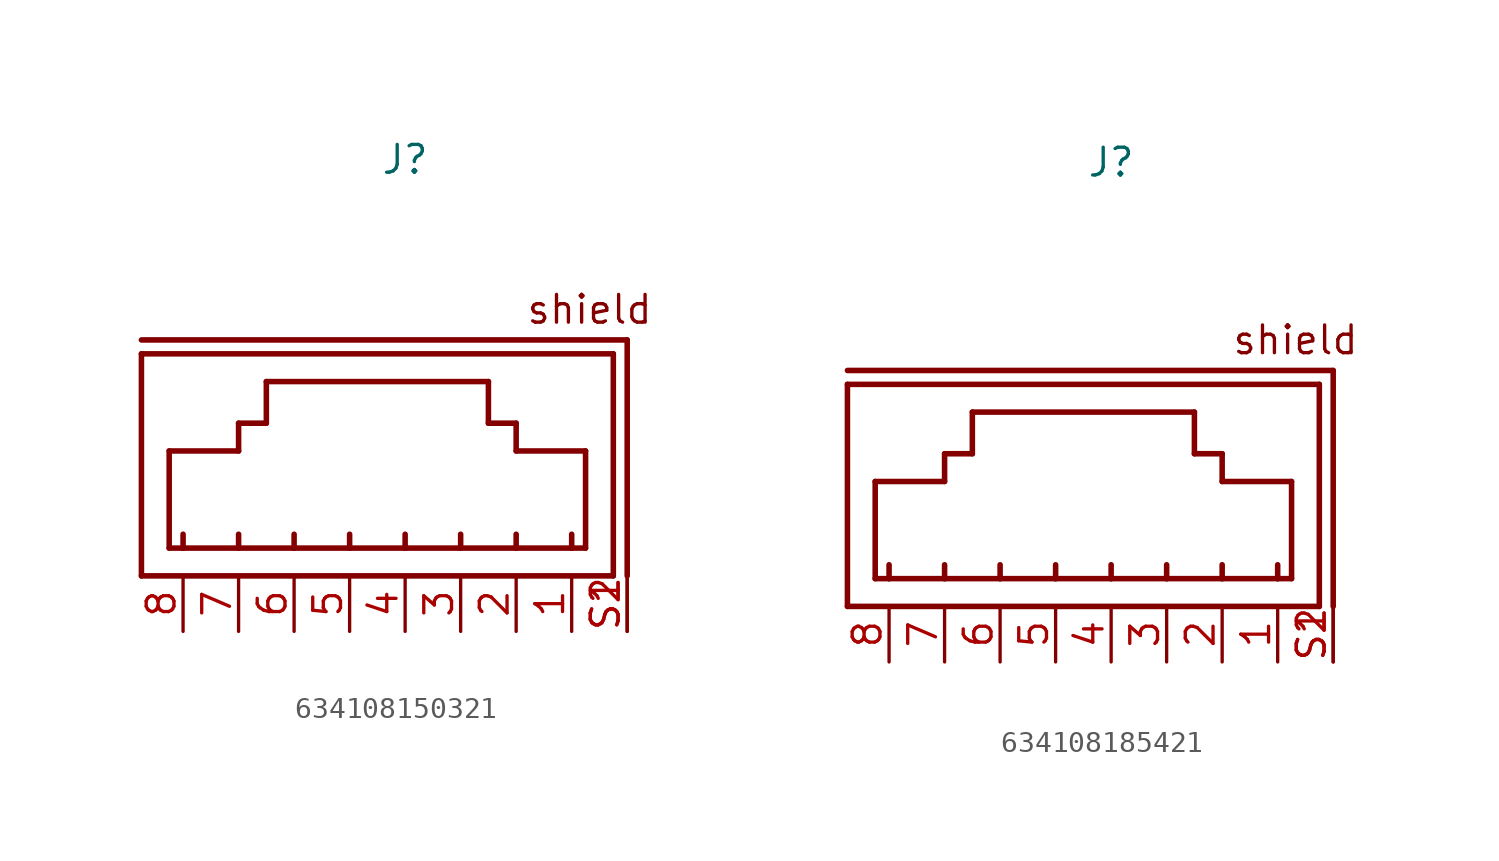
<source format=kicad_sym>
(kicad_symbol_lib
  (version 20241209)
  (generator "kicad_symbol_editor")
  (generator_version "9.0")
  (symbol "634108150321"
    (pin_names
      (hide yes))
    (property "Reference" "J"
      (at 0 13.97 0)
      (effects (font (size 1.27 1.27))))
    (symbol "634108150321_1_0"
      (polyline (pts (xy -12.065 5.715) (xy 10.16 5.715)) (stroke (width 0.254) (type solid)) (fill (type none)))
      (polyline (pts (xy -12.065 5.08) (xy 9.525 5.08)) (stroke (width 0.254) (type solid)) (fill (type none)))
      (polyline (pts (xy -12.065 -5.08) (xy -12.065 5.08)) (stroke (width 0.254) (type solid)) (fill (type none)))
      (polyline (pts (xy -10.795 0.635) (xy -7.62 0.635)) (stroke (width 0.254) (type solid)) (fill (type none)))
      (polyline (pts (xy -10.795 -3.81) (xy -10.795 0.635)) (stroke (width 0.254) (type solid)) (fill (type none)))
      (polyline (pts (xy -10.16 -3.81) (xy -10.795 -3.81)) (stroke (width 0.254) (type solid)) (fill (type none)))
      (polyline (pts (xy -10.16 -3.81) (xy -10.16 -3.175)) (stroke (width 0.254) (type solid)) (fill (type none)))
      (polyline (pts (xy -7.62 1.905) (xy -6.35 1.905)) (stroke (width 0.254) (type solid)) (fill (type none)))
      (polyline (pts (xy -7.62 0.635) (xy -7.62 1.905)) (stroke (width 0.254) (type solid)) (fill (type none)))
      (polyline (pts (xy -7.62 -3.81) (xy -10.16 -3.81)) (stroke (width 0.254) (type solid)) (fill (type none)))
      (polyline (pts (xy -7.62 -3.81) (xy -7.62 -3.175)) (stroke (width 0.254) (type solid)) (fill (type none)))
      (polyline (pts (xy -6.35 3.81) (xy 3.81 3.81)) (stroke (width 0.254) (type solid)) (fill (type none)))
      (polyline (pts (xy -6.35 1.905) (xy -6.35 3.81)) (stroke (width 0.254) (type solid)) (fill (type none)))
      (polyline (pts (xy -5.08 -3.81) (xy -7.62 -3.81)) (stroke (width 0.254) (type solid)) (fill (type none)))
      (polyline (pts (xy -5.08 -3.81) (xy -5.08 -3.175)) (stroke (width 0.254) (type solid)) (fill (type none)))
      (polyline (pts (xy -2.54 -3.81) (xy -5.08 -3.81)) (stroke (width 0.254) (type solid)) (fill (type none)))
      (polyline (pts (xy -2.54 -3.81) (xy -2.54 -3.175)) (stroke (width 0.254) (type solid)) (fill (type none)))
      (polyline (pts (xy 0 -3.81) (xy -2.54 -3.81)) (stroke (width 0.254) (type solid)) (fill (type none)))
      (polyline (pts (xy 0 -3.81) (xy 0 -3.175)) (stroke (width 0.254) (type solid)) (fill (type none)))
      (polyline (pts (xy 2.54 -3.81) (xy 0 -3.81)) (stroke (width 0.254) (type solid)) (fill (type none)))
      (polyline (pts (xy 2.54 -3.81) (xy 2.54 -3.175)) (stroke (width 0.254) (type solid)) (fill (type none)))
      (polyline (pts (xy 3.81 1.905) (xy 3.81 3.81)) (stroke (width 0.254) (type solid)) (fill (type none)))
      (polyline (pts (xy 5.08 1.905) (xy 3.81 1.905)) (stroke (width 0.254) (type solid)) (fill (type none)))
      (polyline (pts (xy 5.08 0.635) (xy 5.08 1.905)) (stroke (width 0.254) (type solid)) (fill (type none)))
      (polyline (pts (xy 5.08 -3.81) (xy 2.54 -3.81)) (stroke (width 0.254) (type solid)) (fill (type none)))
      (polyline (pts (xy 5.08 -3.81) (xy 5.08 -3.175)) (stroke (width 0.254) (type solid)) (fill (type none)))
      (polyline (pts (xy 7.62 -3.81) (xy 5.08 -3.81)) (stroke (width 0.254) (type solid)) (fill (type none)))
      (polyline (pts (xy 7.62 -3.81) (xy 7.62 -3.175)) (stroke (width 0.254) (type solid)) (fill (type none)))
      (polyline (pts (xy 8.255 0.635) (xy 5.08 0.635)) (stroke (width 0.254) (type solid)) (fill (type none)))
      (polyline (pts (xy 8.255 0.635) (xy 8.255 -3.81)) (stroke (width 0.254) (type solid)) (fill (type none)))
      (polyline (pts (xy 8.255 -3.81) (xy 7.62 -3.81)) (stroke (width 0.254) (type solid)) (fill (type none)))
      (polyline (pts (xy 9.525 5.08) (xy 9.525 -5.08)) (stroke (width 0.254) (type solid)) (fill (type none)))
      (polyline (pts (xy 9.525 -5.08) (xy -12.065 -5.08)) (stroke (width 0.254) (type solid)) (fill (type none)))
      (polyline (pts (xy 10.16 5.715) (xy 10.16 -5.08)) (stroke (width 0.254) (type solid)) (fill (type none)))
      (pin passive line (at -10.16 -7.62 90) (length 2.54) (name "8" (effects (font (size 1.27 1.27)))) (number "8" (effects (font (size 1.27 1.27)))))
      (pin passive line (at -7.62 -7.62 90) (length 2.54) (name "7" (effects (font (size 1.27 1.27)))) (number "7" (effects (font (size 1.27 1.27)))))
      (pin passive line (at -5.08 -7.62 90) (length 2.54) (name "6" (effects (font (size 1.27 1.27)))) (number "6" (effects (font (size 1.27 1.27)))))
      (pin passive line (at -2.54 -7.62 90) (length 2.54) (name "5" (effects (font (size 1.27 1.27)))) (number "5" (effects (font (size 1.27 1.27)))))
      (pin passive line (at 0 -7.62 90) (length 2.54) (name "4" (effects (font (size 1.27 1.27)))) (number "4" (effects (font (size 1.27 1.27)))))
      (pin passive line (at 2.54 -7.62 90) (length 2.54) (name "3" (effects (font (size 1.27 1.27)))) (number "3" (effects (font (size 1.27 1.27)))))
      (pin passive line (at 5.08 -7.62 90) (length 2.54) (name "2" (effects (font (size 1.27 1.27)))) (number "2" (effects (font (size 1.27 1.27)))))
      (pin passive line (at 7.62 -7.62 90) (length 2.54) (name "1" (effects (font (size 1.27 1.27)))) (number "1" (effects (font (size 1.27 1.27)))))
      (pin passive line (at 10.16 -7.62 90) (length 2.54) (name "SHIELD" (effects (font (size 1.27 1.27)))) (number "S1" (effects (font (size 1.27 1.27)))))
      (pin passive line (at 10.16 -7.62 90) (length 2.54) (name "SHIELD" (effects (font (size 1.27 1.27)))) (number "S2" (effects (font (size 1.27 1.27))))))
    (symbol "634108150321_1_1"
      (text "shield" (at 5.495 6.365 0) (effects (font (size 1.27 1.27)) (justify left bottom)))))
  (symbol "634108185421"
    (pin_names
      (hide yes))
    (property "Reference" "J"
      (at 0 15.24 0)
      (effects (font (size 1.27 1.27))))
    (symbol "634108185421_1_0"
      (polyline (pts (xy -12.065 5.715) (xy 10.16 5.715)) (stroke (width 0.254) (type solid)) (fill (type none)))
      (polyline (pts (xy -12.065 5.08) (xy 9.525 5.08)) (stroke (width 0.254) (type solid)) (fill (type none)))
      (polyline (pts (xy -12.065 -5.08) (xy -12.065 5.08)) (stroke (width 0.254) (type solid)) (fill (type none)))
      (polyline (pts (xy -10.795 0.635) (xy -7.62 0.635)) (stroke (width 0.254) (type solid)) (fill (type none)))
      (polyline (pts (xy -10.795 -3.81) (xy -10.795 0.635)) (stroke (width 0.254) (type solid)) (fill (type none)))
      (polyline (pts (xy -10.16 -3.81) (xy -10.795 -3.81)) (stroke (width 0.254) (type solid)) (fill (type none)))
      (polyline (pts (xy -10.16 -3.81) (xy -10.16 -3.175)) (stroke (width 0.254) (type solid)) (fill (type none)))
      (polyline (pts (xy -7.62 1.905) (xy -6.35 1.905)) (stroke (width 0.254) (type solid)) (fill (type none)))
      (polyline (pts (xy -7.62 0.635) (xy -7.62 1.905)) (stroke (width 0.254) (type solid)) (fill (type none)))
      (polyline (pts (xy -7.62 -3.81) (xy -10.16 -3.81)) (stroke (width 0.254) (type solid)) (fill (type none)))
      (polyline (pts (xy -7.62 -3.81) (xy -7.62 -3.175)) (stroke (width 0.254) (type solid)) (fill (type none)))
      (polyline (pts (xy -6.35 3.81) (xy 3.81 3.81)) (stroke (width 0.254) (type solid)) (fill (type none)))
      (polyline (pts (xy -6.35 1.905) (xy -6.35 3.81)) (stroke (width 0.254) (type solid)) (fill (type none)))
      (polyline (pts (xy -5.08 -3.81) (xy -7.62 -3.81)) (stroke (width 0.254) (type solid)) (fill (type none)))
      (polyline (pts (xy -5.08 -3.81) (xy -5.08 -3.175)) (stroke (width 0.254) (type solid)) (fill (type none)))
      (polyline (pts (xy -2.54 -3.81) (xy -5.08 -3.81)) (stroke (width 0.254) (type solid)) (fill (type none)))
      (polyline (pts (xy -2.54 -3.81) (xy -2.54 -3.175)) (stroke (width 0.254) (type solid)) (fill (type none)))
      (polyline (pts (xy 0 -3.81) (xy -2.54 -3.81)) (stroke (width 0.254) (type solid)) (fill (type none)))
      (polyline (pts (xy 0 -3.81) (xy 0 -3.175)) (stroke (width 0.254) (type solid)) (fill (type none)))
      (polyline (pts (xy 2.54 -3.81) (xy 0 -3.81)) (stroke (width 0.254) (type solid)) (fill (type none)))
      (polyline (pts (xy 2.54 -3.81) (xy 2.54 -3.175)) (stroke (width 0.254) (type solid)) (fill (type none)))
      (polyline (pts (xy 3.81 1.905) (xy 3.81 3.81)) (stroke (width 0.254) (type solid)) (fill (type none)))
      (polyline (pts (xy 5.08 1.905) (xy 3.81 1.905)) (stroke (width 0.254) (type solid)) (fill (type none)))
      (polyline (pts (xy 5.08 0.635) (xy 5.08 1.905)) (stroke (width 0.254) (type solid)) (fill (type none)))
      (polyline (pts (xy 5.08 -3.81) (xy 2.54 -3.81)) (stroke (width 0.254) (type solid)) (fill (type none)))
      (polyline (pts (xy 5.08 -3.81) (xy 5.08 -3.175)) (stroke (width 0.254) (type solid)) (fill (type none)))
      (polyline (pts (xy 7.62 -3.81) (xy 5.08 -3.81)) (stroke (width 0.254) (type solid)) (fill (type none)))
      (polyline (pts (xy 7.62 -3.81) (xy 7.62 -3.175)) (stroke (width 0.254) (type solid)) (fill (type none)))
      (polyline (pts (xy 8.255 0.635) (xy 5.08 0.635)) (stroke (width 0.254) (type solid)) (fill (type none)))
      (polyline (pts (xy 8.255 0.635) (xy 8.255 -3.81)) (stroke (width 0.254) (type solid)) (fill (type none)))
      (polyline (pts (xy 8.255 -3.81) (xy 7.62 -3.81)) (stroke (width 0.254) (type solid)) (fill (type none)))
      (polyline (pts (xy 9.525 5.08) (xy 9.525 -5.08)) (stroke (width 0.254) (type solid)) (fill (type none)))
      (polyline (pts (xy 9.525 -5.08) (xy -12.065 -5.08)) (stroke (width 0.254) (type solid)) (fill (type none)))
      (polyline (pts (xy 10.16 5.715) (xy 10.16 -5.08)) (stroke (width 0.254) (type solid)) (fill (type none)))
      (pin passive line (at -10.16 -7.62 90) (length 2.54) (name "8" (effects (font (size 1.27 1.27)))) (number "8" (effects (font (size 1.27 1.27)))))
      (pin passive line (at -7.62 -7.62 90) (length 2.54) (name "7" (effects (font (size 1.27 1.27)))) (number "7" (effects (font (size 1.27 1.27)))))
      (pin passive line (at -5.08 -7.62 90) (length 2.54) (name "6" (effects (font (size 1.27 1.27)))) (number "6" (effects (font (size 1.27 1.27)))))
      (pin passive line (at -2.54 -7.62 90) (length 2.54) (name "5" (effects (font (size 1.27 1.27)))) (number "5" (effects (font (size 1.27 1.27)))))
      (pin passive line (at 0 -7.62 90) (length 2.54) (name "4" (effects (font (size 1.27 1.27)))) (number "4" (effects (font (size 1.27 1.27)))))
      (pin passive line (at 2.54 -7.62 90) (length 2.54) (name "3" (effects (font (size 1.27 1.27)))) (number "3" (effects (font (size 1.27 1.27)))))
      (pin passive line (at 5.08 -7.62 90) (length 2.54) (name "2" (effects (font (size 1.27 1.27)))) (number "2" (effects (font (size 1.27 1.27)))))
      (pin passive line (at 7.62 -7.62 90) (length 2.54) (name "1" (effects (font (size 1.27 1.27)))) (number "1" (effects (font (size 1.27 1.27)))))
      (pin passive line (at 10.16 -7.62 90) (length 2.54) (name "SHIELD" (effects (font (size 1.27 1.27)))) (number "S1" (effects (font (size 1.27 1.27)))))
      (pin passive line (at 10.16 -7.62 90) (length 2.54) (name "SHIELD" (effects (font (size 1.27 1.27)))) (number "S2" (effects (font (size 1.27 1.27))))))
    (symbol "634108185421_1_1"
      (text "shield" (at 5.495 6.365 0) (effects (font (size 1.27 1.27)) (justify left bottom))))))
</source>
